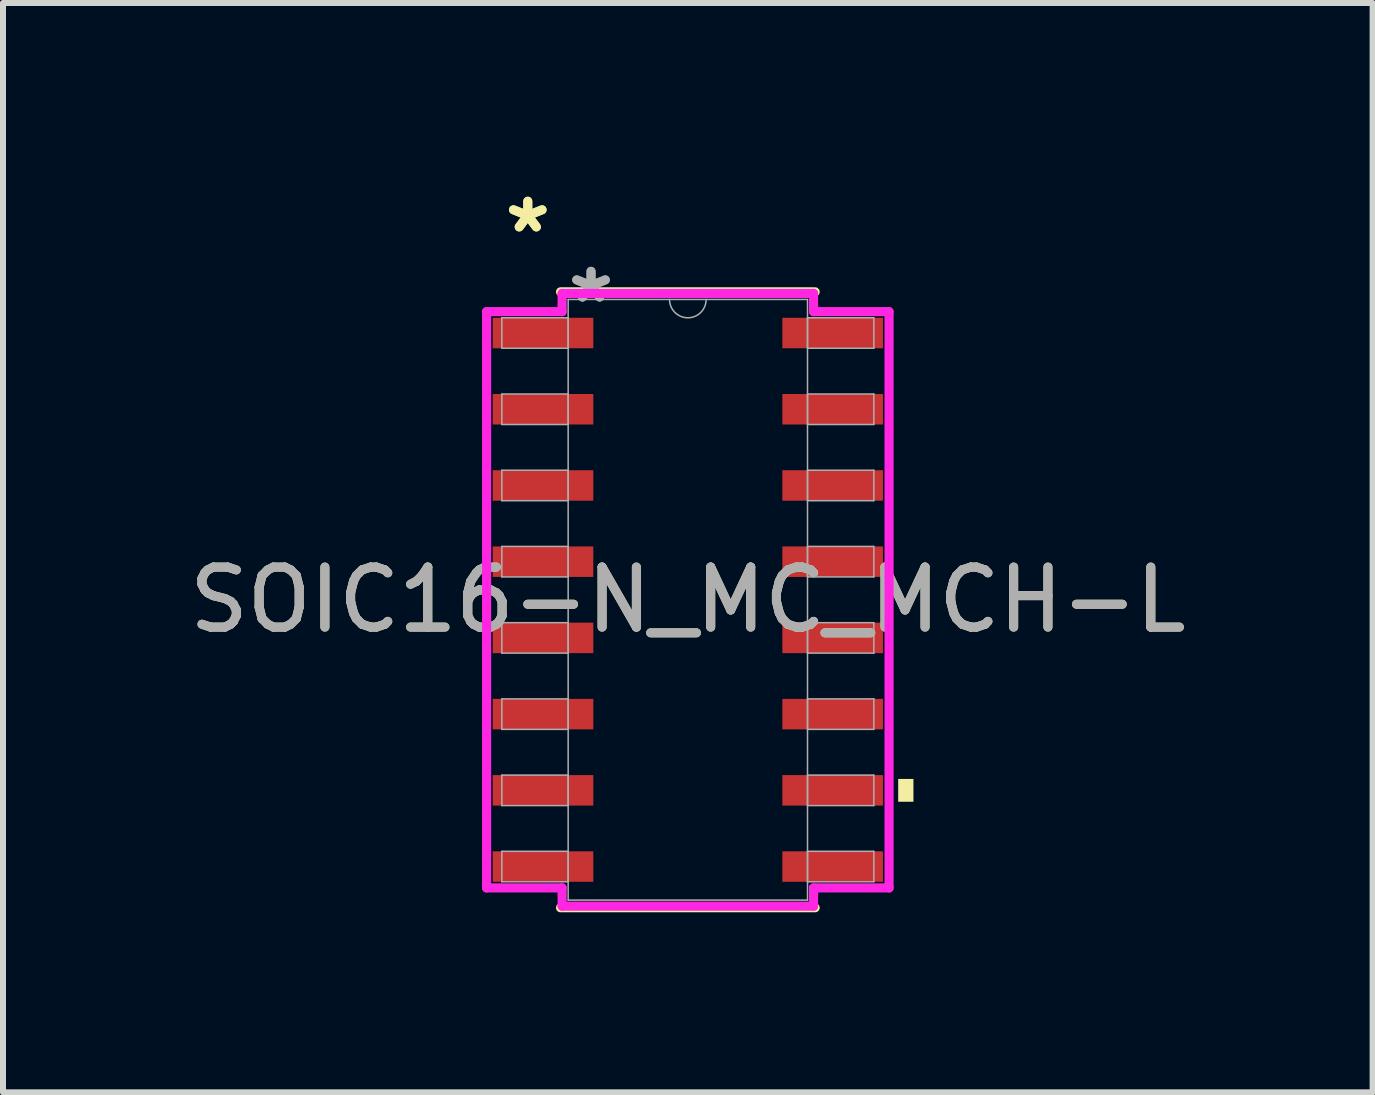
<source format=kicad_pcb>
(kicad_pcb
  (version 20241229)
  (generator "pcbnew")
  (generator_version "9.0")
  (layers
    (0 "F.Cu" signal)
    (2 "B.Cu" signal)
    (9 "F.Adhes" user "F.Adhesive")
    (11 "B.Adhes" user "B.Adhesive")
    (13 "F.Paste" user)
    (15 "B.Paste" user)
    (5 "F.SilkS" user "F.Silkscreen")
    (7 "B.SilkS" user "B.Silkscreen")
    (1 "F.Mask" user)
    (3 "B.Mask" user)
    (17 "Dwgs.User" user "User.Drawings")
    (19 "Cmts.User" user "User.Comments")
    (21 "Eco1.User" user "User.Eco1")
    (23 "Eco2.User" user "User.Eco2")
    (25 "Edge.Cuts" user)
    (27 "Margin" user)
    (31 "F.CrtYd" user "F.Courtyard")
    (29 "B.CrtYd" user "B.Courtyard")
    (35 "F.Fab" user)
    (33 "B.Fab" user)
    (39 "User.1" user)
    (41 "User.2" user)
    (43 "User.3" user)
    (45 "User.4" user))
  (footprint "SOIC16-N_MC_MCH-L"
    (layer "F.Cu")
    (at 8.411 6.944)
    (property "Reference" "SOIC16-N_MC_MCH-L" (at 0 0 0) (unlocked yes) (layer "F.SilkS") (effects (font (size 1 1) (thickness 0.15))))
    (attr smd)
    (fp_line (start -2.121 5.131) (end 2.121 5.131) (stroke (width 0.152) (type solid)) (layer "F.SilkS"))
    (fp_line (start 2.121 -5.131) (end -2.121 -5.131) (stroke (width 0.152) (type solid)) (layer "F.SilkS"))
    (fp_poly (pts (xy 3.759 2.985) (xy 3.759 3.365) (xy 3.505 3.365) (xy 3.505 2.985)) (stroke (width 0) (type solid)) (fill yes) (layer "F.SilkS"))
    (fp_line (start -3.353 -4.801) (end -2.095 -4.801) (stroke (width 0.152) (type solid)) (layer "F.CrtYd"))
    (fp_line (start -3.353 4.801) (end -3.353 -4.801) (stroke (width 0.152) (type solid)) (layer "F.CrtYd"))
    (fp_line (start -3.353 4.801) (end -2.095 4.801) (stroke (width 0.152) (type solid)) (layer "F.CrtYd"))
    (fp_line (start -2.095 -5.105) (end 2.095 -5.105) (stroke (width 0.152) (type solid)) (layer "F.CrtYd"))
    (fp_line (start -2.095 -4.801) (end -2.095 -5.105) (stroke (width 0.152) (type solid)) (layer "F.CrtYd"))
    (fp_line (start -2.095 5.105) (end -2.095 4.801) (stroke (width 0.152) (type solid)) (layer "F.CrtYd"))
    (fp_line (start 2.095 -5.105) (end 2.095 -4.801) (stroke (width 0.152) (type solid)) (layer "F.CrtYd"))
    (fp_line (start 2.095 4.801) (end 2.095 5.105) (stroke (width 0.152) (type solid)) (layer "F.CrtYd"))
    (fp_line (start 2.095 5.105) (end -2.095 5.105) (stroke (width 0.152) (type solid)) (layer "F.CrtYd"))
    (fp_line (start 3.353 -4.801) (end 2.095 -4.801) (stroke (width 0.152) (type solid)) (layer "F.CrtYd"))
    (fp_line (start 3.353 -4.801) (end 3.353 4.801) (stroke (width 0.152) (type solid)) (layer "F.CrtYd"))
    (fp_line (start 3.353 4.801) (end 2.095 4.801) (stroke (width 0.152) (type solid)) (layer "F.CrtYd"))
    (fp_line (start -3.099 -4.699) (end -3.099 -4.191) (stroke (width 0.025) (type solid)) (layer "F.Fab"))
    (fp_line (start -3.099 -4.191) (end -1.994 -4.191) (stroke (width 0.025) (type solid)) (layer "F.Fab"))
    (fp_line (start -3.099 -3.429) (end -3.099 -2.921) (stroke (width 0.025) (type solid)) (layer "F.Fab"))
    (fp_line (start -3.099 -2.921) (end -1.994 -2.921) (stroke (width 0.025) (type solid)) (layer "F.Fab"))
    (fp_line (start -3.099 -2.159) (end -3.099 -1.651) (stroke (width 0.025) (type solid)) (layer "F.Fab"))
    (fp_line (start -3.099 -1.651) (end -1.994 -1.651) (stroke (width 0.025) (type solid)) (layer "F.Fab"))
    (fp_line (start -3.099 -0.889) (end -3.099 -0.381) (stroke (width 0.025) (type solid)) (layer "F.Fab"))
    (fp_line (start -3.099 -0.381) (end -1.994 -0.381) (stroke (width 0.025) (type solid)) (layer "F.Fab"))
    (fp_line (start -3.099 0.381) (end -3.099 0.889) (stroke (width 0.025) (type solid)) (layer "F.Fab"))
    (fp_line (start -3.099 0.889) (end -1.994 0.889) (stroke (width 0.025) (type solid)) (layer "F.Fab"))
    (fp_line (start -3.099 1.651) (end -3.099 2.159) (stroke (width 0.025) (type solid)) (layer "F.Fab"))
    (fp_line (start -3.099 2.159) (end -1.994 2.159) (stroke (width 0.025) (type solid)) (layer "F.Fab"))
    (fp_line (start -3.099 2.921) (end -3.099 3.429) (stroke (width 0.025) (type solid)) (layer "F.Fab"))
    (fp_line (start -3.099 3.429) (end -1.994 3.429) (stroke (width 0.025) (type solid)) (layer "F.Fab"))
    (fp_line (start -3.099 4.191) (end -3.099 4.699) (stroke (width 0.025) (type solid)) (layer "F.Fab"))
    (fp_line (start -3.099 4.699) (end -1.994 4.699) (stroke (width 0.025) (type solid)) (layer "F.Fab"))
    (fp_line (start -1.994 -5.004) (end -1.994 5.004) (stroke (width 0.025) (type solid)) (layer "F.Fab"))
    (fp_line (start -1.994 -4.699) (end -3.099 -4.699) (stroke (width 0.025) (type solid)) (layer "F.Fab"))
    (fp_line (start -1.994 -4.191) (end -1.994 -4.699) (stroke (width 0.025) (type solid)) (layer "F.Fab"))
    (fp_line (start -1.994 -3.429) (end -3.099 -3.429) (stroke (width 0.025) (type solid)) (layer "F.Fab"))
    (fp_line (start -1.994 -2.921) (end -1.994 -3.429) (stroke (width 0.025) (type solid)) (layer "F.Fab"))
    (fp_line (start -1.994 -2.159) (end -3.099 -2.159) (stroke (width 0.025) (type solid)) (layer "F.Fab"))
    (fp_line (start -1.994 -1.651) (end -1.994 -2.159) (stroke (width 0.025) (type solid)) (layer "F.Fab"))
    (fp_line (start -1.994 -0.889) (end -3.099 -0.889) (stroke (width 0.025) (type solid)) (layer "F.Fab"))
    (fp_line (start -1.994 -0.381) (end -1.994 -0.889) (stroke (width 0.025) (type solid)) (layer "F.Fab"))
    (fp_line (start -1.994 0.381) (end -3.099 0.381) (stroke (width 0.025) (type solid)) (layer "F.Fab"))
    (fp_line (start -1.994 0.889) (end -1.994 0.381) (stroke (width 0.025) (type solid)) (layer "F.Fab"))
    (fp_line (start -1.994 1.651) (end -3.099 1.651) (stroke (width 0.025) (type solid)) (layer "F.Fab"))
    (fp_line (start -1.994 2.159) (end -1.994 1.651) (stroke (width 0.025) (type solid)) (layer "F.Fab"))
    (fp_line (start -1.994 2.921) (end -3.099 2.921) (stroke (width 0.025) (type solid)) (layer "F.Fab"))
    (fp_line (start -1.994 3.429) (end -1.994 2.921) (stroke (width 0.025) (type solid)) (layer "F.Fab"))
    (fp_line (start -1.994 4.191) (end -3.099 4.191) (stroke (width 0.025) (type solid)) (layer "F.Fab"))
    (fp_line (start -1.994 4.699) (end -1.994 4.191) (stroke (width 0.025) (type solid)) (layer "F.Fab"))
    (fp_line (start -1.994 5.004) (end 1.994 5.004) (stroke (width 0.025) (type solid)) (layer "F.Fab"))
    (fp_line (start 1.994 -5.004) (end -1.994 -5.004) (stroke (width 0.025) (type solid)) (layer "F.Fab"))
    (fp_line (start 1.994 -4.699) (end 1.994 -4.191) (stroke (width 0.025) (type solid)) (layer "F.Fab"))
    (fp_line (start 1.994 -4.191) (end 3.099 -4.191) (stroke (width 0.025) (type solid)) (layer "F.Fab"))
    (fp_line (start 1.994 -3.429) (end 1.994 -2.921) (stroke (width 0.025) (type solid)) (layer "F.Fab"))
    (fp_line (start 1.994 -2.921) (end 3.099 -2.921) (stroke (width 0.025) (type solid)) (layer "F.Fab"))
    (fp_line (start 1.994 -2.159) (end 1.994 -1.651) (stroke (width 0.025) (type solid)) (layer "F.Fab"))
    (fp_line (start 1.994 -1.651) (end 3.099 -1.651) (stroke (width 0.025) (type solid)) (layer "F.Fab"))
    (fp_line (start 1.994 -0.889) (end 1.994 -0.381) (stroke (width 0.025) (type solid)) (layer "F.Fab"))
    (fp_line (start 1.994 -0.381) (end 3.099 -0.381) (stroke (width 0.025) (type solid)) (layer "F.Fab"))
    (fp_line (start 1.994 0.381) (end 1.994 0.889) (stroke (width 0.025) (type solid)) (layer "F.Fab"))
    (fp_line (start 1.994 0.889) (end 3.099 0.889) (stroke (width 0.025) (type solid)) (layer "F.Fab"))
    (fp_line (start 1.994 1.651) (end 1.994 2.159) (stroke (width 0.025) (type solid)) (layer "F.Fab"))
    (fp_line (start 1.994 2.159) (end 3.099 2.159) (stroke (width 0.025) (type solid)) (layer "F.Fab"))
    (fp_line (start 1.994 2.921) (end 1.994 3.429) (stroke (width 0.025) (type solid)) (layer "F.Fab"))
    (fp_line (start 1.994 3.429) (end 3.099 3.429) (stroke (width 0.025) (type solid)) (layer "F.Fab"))
    (fp_line (start 1.994 4.191) (end 1.994 4.699) (stroke (width 0.025) (type solid)) (layer "F.Fab"))
    (fp_line (start 1.994 4.699) (end 3.099 4.699) (stroke (width 0.025) (type solid)) (layer "F.Fab"))
    (fp_line (start 1.994 5.004) (end 1.994 -5.004) (stroke (width 0.025) (type solid)) (layer "F.Fab"))
    (fp_line (start 3.099 -4.699) (end 1.994 -4.699) (stroke (width 0.025) (type solid)) (layer "F.Fab"))
    (fp_line (start 3.099 -4.191) (end 3.099 -4.699) (stroke (width 0.025) (type solid)) (layer "F.Fab"))
    (fp_line (start 3.099 -3.429) (end 1.994 -3.429) (stroke (width 0.025) (type solid)) (layer "F.Fab"))
    (fp_line (start 3.099 -2.921) (end 3.099 -3.429) (stroke (width 0.025) (type solid)) (layer "F.Fab"))
    (fp_line (start 3.099 -2.159) (end 1.994 -2.159) (stroke (width 0.025) (type solid)) (layer "F.Fab"))
    (fp_line (start 3.099 -1.651) (end 3.099 -2.159) (stroke (width 0.025) (type solid)) (layer "F.Fab"))
    (fp_line (start 3.099 -0.889) (end 1.994 -0.889) (stroke (width 0.025) (type solid)) (layer "F.Fab"))
    (fp_line (start 3.099 -0.381) (end 3.099 -0.889) (stroke (width 0.025) (type solid)) (layer "F.Fab"))
    (fp_line (start 3.099 0.381) (end 1.994 0.381) (stroke (width 0.025) (type solid)) (layer "F.Fab"))
    (fp_line (start 3.099 0.889) (end 3.099 0.381) (stroke (width 0.025) (type solid)) (layer "F.Fab"))
    (fp_line (start 3.099 1.651) (end 1.994 1.651) (stroke (width 0.025) (type solid)) (layer "F.Fab"))
    (fp_line (start 3.099 2.159) (end 3.099 1.651) (stroke (width 0.025) (type solid)) (layer "F.Fab"))
    (fp_line (start 3.099 2.921) (end 1.994 2.921) (stroke (width 0.025) (type solid)) (layer "F.Fab"))
    (fp_line (start 3.099 3.429) (end 3.099 2.921) (stroke (width 0.025) (type solid)) (layer "F.Fab"))
    (fp_line (start 3.099 4.191) (end 1.994 4.191) (stroke (width 0.025) (type solid)) (layer "F.Fab"))
    (fp_line (start 3.099 4.699) (end 3.099 4.191) (stroke (width 0.025) (type solid)) (layer "F.Fab"))
    (fp_arc (start 0.3048 -5.0038) (mid 0 -4.699) (end -0.3048 -5.0038) (stroke (width 0.0254) (type solid)) (layer "F.Fab"))
    (fp_text user "*" (at -2.667 -6.096 0) (layer "F.SilkS") (effects (font (size 1 1) (thickness 0.15))))
    (fp_text user "*" (at -2.667 -6.096 0) (unlocked yes) (layer "F.SilkS") (effects (font (size 1 1) (thickness 0.15))))
    (fp_text user "*" (at -1.613 -4.928 0) (layer "F.Fab") (effects (font (size 1 1) (thickness 0.15))))
    (fp_text user "*" (at -1.613 -4.928 0) (unlocked yes) (layer "F.Fab") (effects (font (size 1 1) (thickness 0.15))))
    (fp_text user "${REFERENCE}" (at 0 0 0) (unlocked yes) (layer "F.Fab") (effects (font (size 1 1) (thickness 0.15))))
    (pad "1" smd rect (at -2.413 -4.445) (size 1.676 0.508) (layers "F.Cu" "F.Mask" "F.Paste"))
    (pad "2" smd rect (at -2.413 -3.175) (size 1.676 0.508) (layers "F.Cu" "F.Mask" "F.Paste"))
    (pad "3" smd rect (at -2.413 -1.905) (size 1.676 0.508) (layers "F.Cu" "F.Mask" "F.Paste"))
    (pad "4" smd rect (at -2.413 -0.635) (size 1.676 0.508) (layers "F.Cu" "F.Mask" "F.Paste"))
    (pad "5" smd rect (at -2.413 0.635) (size 1.676 0.508) (layers "F.Cu" "F.Mask" "F.Paste"))
    (pad "6" smd rect (at -2.413 1.905) (size 1.676 0.508) (layers "F.Cu" "F.Mask" "F.Paste"))
    (pad "7" smd rect (at -2.413 3.175) (size 1.676 0.508) (layers "F.Cu" "F.Mask" "F.Paste"))
    (pad "8" smd rect (at -2.413 4.445) (size 1.676 0.508) (layers "F.Cu" "F.Mask" "F.Paste"))
    (pad "9" smd rect (at 2.413 4.445) (size 1.676 0.508) (layers "F.Cu" "F.Mask" "F.Paste"))
    (pad "10" smd rect (at 2.413 3.175) (size 1.676 0.508) (layers "F.Cu" "F.Mask" "F.Paste"))
    (pad "11" smd rect (at 2.413 1.905) (size 1.676 0.508) (layers "F.Cu" "F.Mask" "F.Paste"))
    (pad "12" smd rect (at 2.413 0.635) (size 1.676 0.508) (layers "F.Cu" "F.Mask" "F.Paste"))
    (pad "13" smd rect (at 2.413 -0.635) (size 1.676 0.508) (layers "F.Cu" "F.Mask" "F.Paste"))
    (pad "14" smd rect (at 2.413 -1.905) (size 1.676 0.508) (layers "F.Cu" "F.Mask" "F.Paste"))
    (pad "15" smd rect (at 2.413 -3.175) (size 1.676 0.508) (layers "F.Cu" "F.Mask" "F.Paste"))
    (pad "16" smd rect (at 2.413 -4.445) (size 1.676 0.508) (layers "F.Cu" "F.Mask" "F.Paste")))
  (gr_rect
    (start -3 -3)
    (end 19.821 15.151)
    (stroke (width 0.1) (type default))
    (fill no)
    (layer "Edge.Cuts")))
</source>
